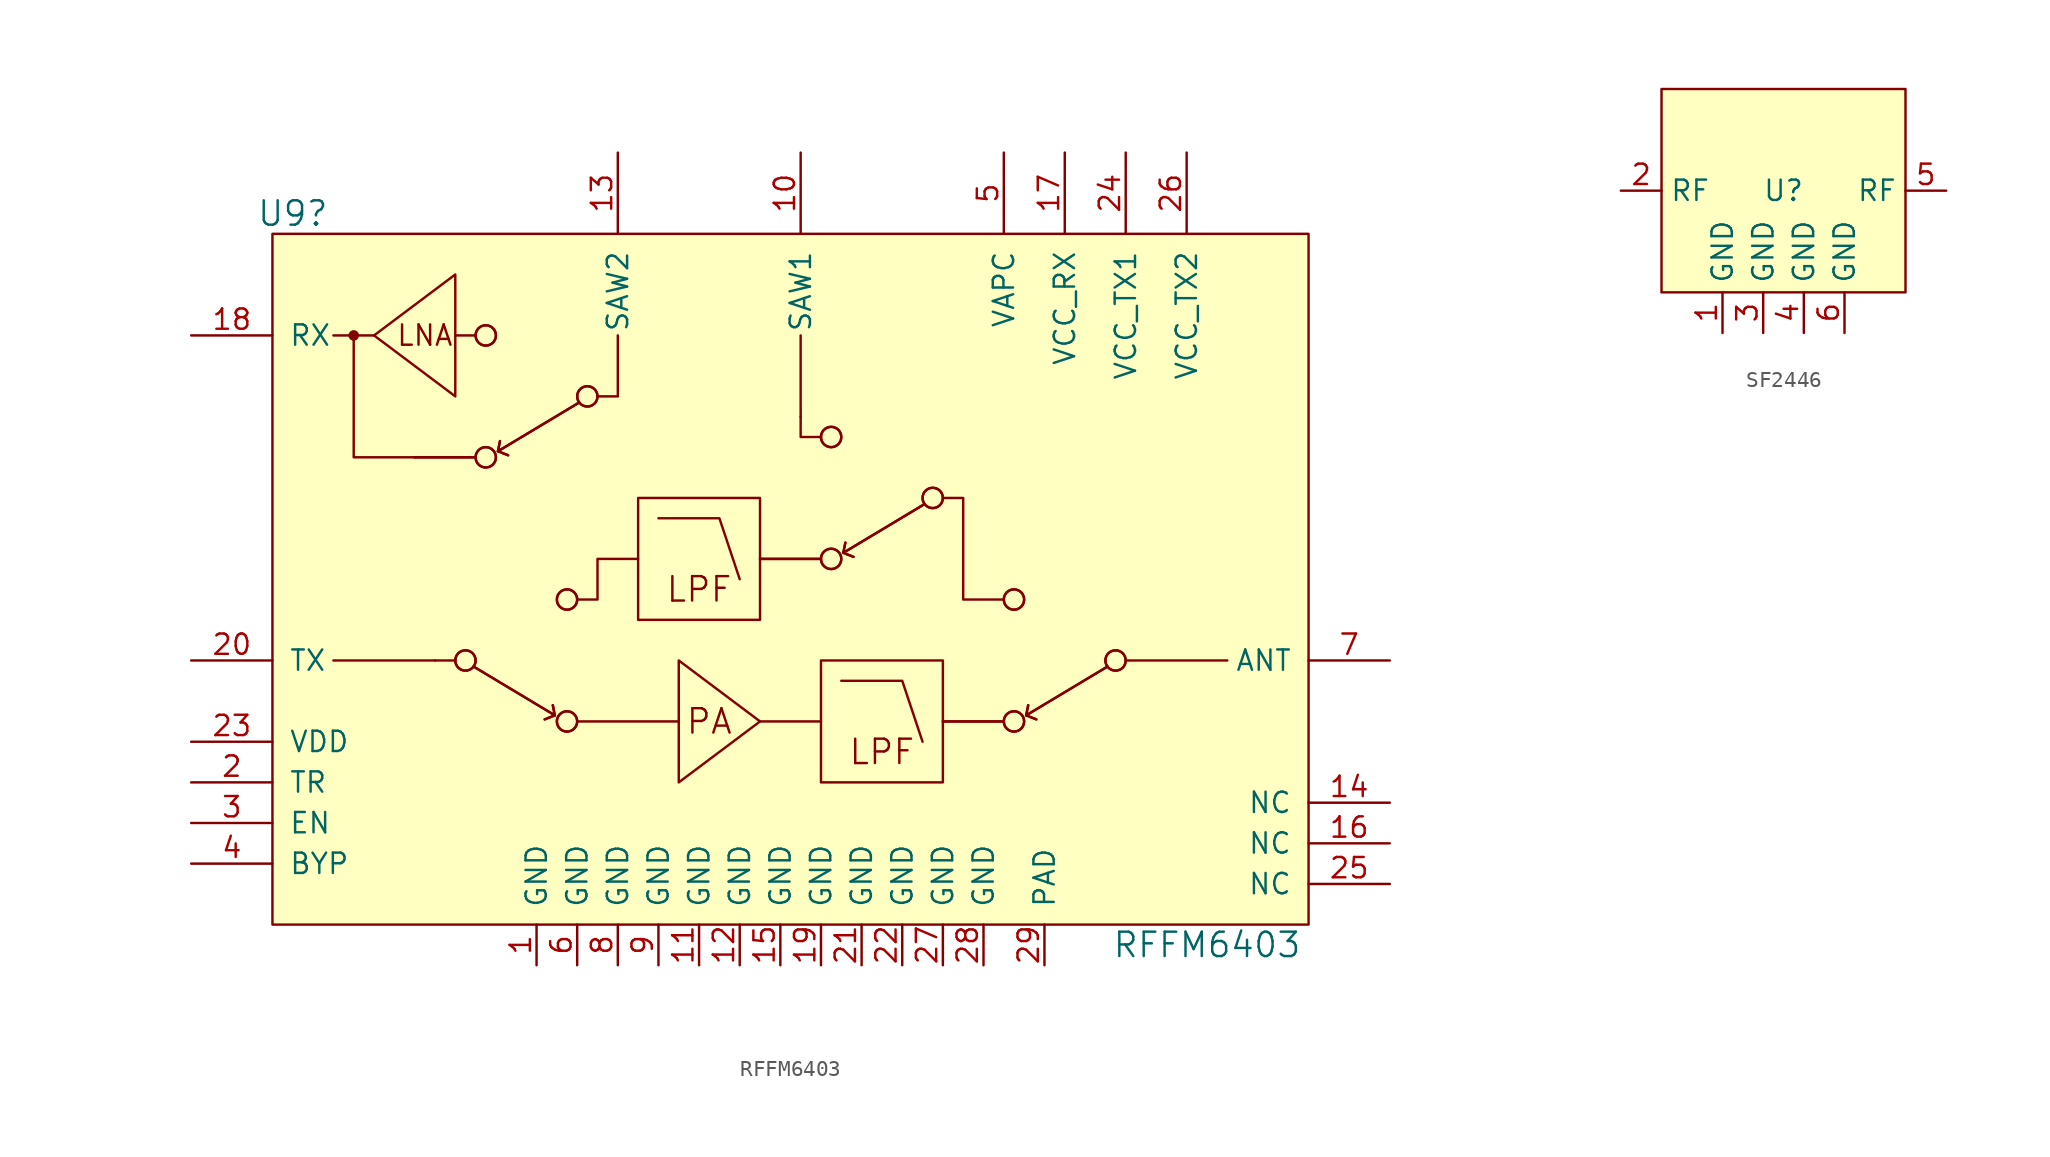
<source format=kicad_sym>
(kicad_symbol_lib
  (version 20231120)
  (generator "kicad_symbol_editor")
  (generator_version "8.0")
  (symbol "RFFM6403"
    (pin_names
      (offset 1.016))
    (property "Reference" "U9"
      (at -30.48 22.86 0)
      (effects (font (size 1.524 1.524))))
    (property "Value" "RFFM6403"
      (at 26.67 -22.86 0)
      (effects (font (size 1.524 1.524))))
    (symbol "RFFM6403_0_0"
      (rectangle (start -31.75 21.59) (end 33.02 -21.59) (stroke (width 0) (type solid)) (fill (type background)))
      (circle (center -26.67 15.24) (radius 0.254) (stroke (width 0) (type solid)) (fill (type outline)))
      (polyline (pts (xy -25.4 15.24) (xy -27.94 15.24)) (stroke (width 0) (type solid)) (fill (type none)))
      (polyline (pts (xy -22.86 7.62) (xy -19.05 7.62)) (stroke (width 0) (type solid)) (fill (type none)))
      (polyline (pts (xy -22.86 7.62) (xy -19.05 7.62)) (stroke (width 0) (type solid)) (fill (type none)))
      (polyline (pts (xy -21.59 -5.08) (xy -27.94 -5.08)) (stroke (width 0) (type solid)) (fill (type none)))
      (polyline (pts (xy -20.32 15.24) (xy -19.05 15.24)) (stroke (width 0) (type solid)) (fill (type none)))
      (polyline (pts (xy -1.27 -8.89) (xy 2.54 -8.89)) (stroke (width 0) (type solid)) (fill (type none)))
      (polyline (pts (xy -1.27 1.27) (xy 2.54 1.27)) (stroke (width 0) (type solid)) (fill (type none)))
      (polyline (pts (xy -1.27 1.27) (xy 2.54 1.27)) (stroke (width 0) (type solid)) (fill (type none)))
      (polyline (pts (xy 1.27 10.16) (xy 1.27 15.24)) (stroke (width 0) (type solid)) (fill (type none)))
      (polyline (pts (xy 10.16 -8.89) (xy 13.97 -8.89)) (stroke (width 0) (type solid)) (fill (type none)))
      (polyline (pts (xy 10.16 -8.89) (xy 13.97 -8.89)) (stroke (width 0) (type solid)) (fill (type none)))
      (polyline (pts (xy -22.86 7.62) (xy -26.67 7.62) (xy -26.67 15.24)) (stroke (width 0) (type solid)) (fill (type none)))
      (polyline (pts (xy -11.43 11.43) (xy -10.16 11.43) (xy -10.16 15.24)) (stroke (width 0) (type solid)) (fill (type none)))
      (polyline (pts (xy 2.54 8.89) (xy 1.27 8.89) (xy 1.27 10.16)) (stroke (width 0) (type solid)) (fill (type none)))
      (text "LNA" (at -22.225 15.24 0) (effects (font (size 1.27 1.27))))
      (text "LPF" (at -5.08 -0.635 0) (effects (font (size 1.524 1.524))))
      (text "LPF" (at 6.35 -10.795 0) (effects (font (size 1.524 1.524))))
      (text "PA" (at -4.445 -8.89 0) (effects (font (size 1.524 1.524)))))
    (symbol "RFFM6403_0_1"
      (circle (center -19.685 -5.08) (radius 0.635) (stroke (width 0) (type solid)) (fill (type none)))
      (circle (center -19.685 -5.08) (radius 0.635) (stroke (width 0) (type solid)) (fill (type none)))
      (circle (center -18.415 7.62) (radius 0.635) (stroke (width 0) (type solid)) (fill (type none)))
      (circle (center -18.415 7.62) (radius 0.635) (stroke (width 0) (type solid)) (fill (type none)))
      (circle (center -18.415 15.24) (radius 0.635) (stroke (width 0) (type solid)) (fill (type none)))
      (circle (center -18.415 15.24) (radius 0.635) (stroke (width 0) (type solid)) (fill (type none)))
      (circle (center -13.335 -8.89) (radius 0.635) (stroke (width 0) (type solid)) (fill (type none)))
      (circle (center -13.335 -8.89) (radius 0.635) (stroke (width 0) (type solid)) (fill (type none)))
      (circle (center -13.335 -1.27) (radius 0.635) (stroke (width 0) (type solid)) (fill (type none)))
      (circle (center -13.335 -1.27) (radius 0.635) (stroke (width 0) (type solid)) (fill (type none)))
      (circle (center -12.065 11.43) (radius 0.635) (stroke (width 0) (type solid)) (fill (type none)))
      (circle (center -12.065 11.43) (radius 0.635) (stroke (width 0) (type solid)) (fill (type none)))
      (rectangle (start -8.89 5.08) (end -1.27 -2.54) (stroke (width 0) (type solid)) (fill (type none)))
      (polyline (pts (xy -20.32 -5.08) (xy -21.59 -5.08)) (stroke (width 0) (type solid)) (fill (type none)))
      (polyline (pts (xy -17.653 8.001) (xy -17.018 7.747)) (stroke (width 0) (type solid)) (fill (type none)))
      (polyline (pts (xy -17.653 8.001) (xy -17.018 7.747)) (stroke (width 0) (type solid)) (fill (type none)))
      (polyline (pts (xy -14.097 -8.509) (xy -14.732 -8.763)) (stroke (width 0) (type solid)) (fill (type none)))
      (polyline (pts (xy -14.097 -8.509) (xy -14.732 -8.763)) (stroke (width 0) (type solid)) (fill (type none)))
      (polyline (pts (xy -12.7 -8.89) (xy -6.35 -8.89)) (stroke (width 0) (type solid)) (fill (type none)))
      (polyline (pts (xy 3.937 1.651) (xy 4.572 1.397)) (stroke (width 0) (type solid)) (fill (type none)))
      (polyline (pts (xy 3.937 1.651) (xy 4.572 1.397)) (stroke (width 0) (type solid)) (fill (type none)))
      (polyline (pts (xy 15.367 -8.509) (xy 16.002 -8.763)) (stroke (width 0) (type solid)) (fill (type none)))
      (polyline (pts (xy 15.367 -8.509) (xy 16.002 -8.763)) (stroke (width 0) (type solid)) (fill (type none)))
      (polyline (pts (xy 21.59 -5.08) (xy 27.94 -5.08)) (stroke (width 0) (type solid)) (fill (type none)))
      (polyline (pts (xy -19.177 -5.461) (xy -14.097 -8.509) (xy -14.224 -7.874)) (stroke (width 0) (type solid)) (fill (type none)))
      (polyline (pts (xy -19.177 -5.461) (xy -14.097 -8.509) (xy -14.224 -7.874)) (stroke (width 0) (type solid)) (fill (type none)))
      (polyline (pts (xy -12.573 11.049) (xy -17.653 8.001) (xy -17.526 8.636)) (stroke (width 0) (type solid)) (fill (type none)))
      (polyline (pts (xy -12.573 11.049) (xy -17.653 8.001) (xy -17.526 8.636)) (stroke (width 0) (type solid)) (fill (type none)))
      (polyline (pts (xy -7.62 3.81) (xy -3.81 3.81) (xy -2.54 0)) (stroke (width 0) (type solid)) (fill (type none)))
      (polyline (pts (xy 3.81 -6.35) (xy 7.62 -6.35) (xy 8.89 -10.16)) (stroke (width 0) (type solid)) (fill (type none)))
      (polyline (pts (xy 9.017 4.699) (xy 3.937 1.651) (xy 4.064 2.286)) (stroke (width 0) (type solid)) (fill (type none)))
      (polyline (pts (xy 9.017 4.699) (xy 3.937 1.651) (xy 4.064 2.286)) (stroke (width 0) (type solid)) (fill (type none)))
      (polyline (pts (xy 20.447 -5.461) (xy 15.367 -8.509) (xy 15.494 -7.874)) (stroke (width 0) (type solid)) (fill (type none)))
      (polyline (pts (xy 20.447 -5.461) (xy 15.367 -8.509) (xy 15.494 -7.874)) (stroke (width 0) (type solid)) (fill (type none)))
      (polyline (pts (xy -20.32 11.43) (xy -20.32 19.05) (xy -25.4 15.24) (xy -20.32 11.43)) (stroke (width 0) (type solid)) (fill (type none)))
      (polyline (pts (xy -12.7 -1.27) (xy -11.43 -1.27) (xy -11.43 1.27) (xy -8.89 1.27)) (stroke (width 0) (type solid)) (fill (type none)))
      (polyline (pts (xy -6.35 -12.7) (xy -6.35 -5.08) (xy -1.27 -8.89) (xy -6.35 -12.7)) (stroke (width 0) (type solid)) (fill (type none)))
      (polyline (pts (xy 13.97 -1.27) (xy 11.43 -1.27) (xy 11.43 5.08) (xy 10.16 5.08)) (stroke (width 0) (type solid)) (fill (type none)))
      (rectangle (start 2.54 -5.08) (end 10.16 -12.7) (stroke (width 0) (type solid)) (fill (type none)))
      (circle (center 3.175 1.27) (radius 0.635) (stroke (width 0) (type solid)) (fill (type none)))
      (circle (center 3.175 1.27) (radius 0.635) (stroke (width 0) (type solid)) (fill (type none)))
      (circle (center 3.175 8.89) (radius 0.635) (stroke (width 0) (type solid)) (fill (type none)))
      (circle (center 3.175 8.89) (radius 0.635) (stroke (width 0) (type solid)) (fill (type none)))
      (circle (center 9.525 5.08) (radius 0.635) (stroke (width 0) (type solid)) (fill (type none)))
      (circle (center 9.525 5.08) (radius 0.635) (stroke (width 0) (type solid)) (fill (type none)))
      (circle (center 14.605 -8.89) (radius 0.635) (stroke (width 0) (type solid)) (fill (type none)))
      (circle (center 14.605 -8.89) (radius 0.635) (stroke (width 0) (type solid)) (fill (type none)))
      (circle (center 14.605 -1.27) (radius 0.635) (stroke (width 0) (type solid)) (fill (type none)))
      (circle (center 14.605 -1.27) (radius 0.635) (stroke (width 0) (type solid)) (fill (type none)))
      (circle (center 20.955 -5.08) (radius 0.635) (stroke (width 0) (type solid)) (fill (type none)))
      (circle (center 20.955 -5.08) (radius 0.635) (stroke (width 0) (type solid)) (fill (type none))))
    (symbol "RFFM6403_1_1"
      (pin passive line (at -15.24 -24.13 90) (length 2.54) (name "GND" (effects (font (size 1.27 1.27)))) (number "1" (effects (font (size 1.27 1.27)))))
      (pin passive line (at 1.27 26.67 270) (length 5.08) (name "SAW1" (effects (font (size 1.27 1.27)))) (number "10" (effects (font (size 1.27 1.27)))))
      (pin passive line (at -5.08 -24.13 90) (length 2.54) (name "GND" (effects (font (size 1.27 1.27)))) (number "11" (effects (font (size 1.27 1.27)))))
      (pin passive line (at -2.54 -24.13 90) (length 2.54) (name "GND" (effects (font (size 1.27 1.27)))) (number "12" (effects (font (size 1.27 1.27)))))
      (pin passive line (at -10.16 26.67 270) (length 5.08) (name "SAW2" (effects (font (size 1.27 1.27)))) (number "13" (effects (font (size 1.27 1.27)))))
      (pin passive line (at 38.1 -13.97 180) (length 5.08) (name "NC" (effects (font (size 1.27 1.27)))) (number "14" (effects (font (size 1.27 1.27)))))
      (pin passive line (at 0 -24.13 90) (length 2.54) (name "GND" (effects (font (size 1.27 1.27)))) (number "15" (effects (font (size 1.27 1.27)))))
      (pin passive line (at 38.1 -16.51 180) (length 5.08) (name "NC" (effects (font (size 1.27 1.27)))) (number "16" (effects (font (size 1.27 1.27)))))
      (pin passive line (at 17.78 26.67 270) (length 5.08) (name "VCC_RX" (effects (font (size 1.27 1.27)))) (number "17" (effects (font (size 1.27 1.27)))))
      (pin passive line (at -36.83 15.24 0) (length 5.08) (name "RX" (effects (font (size 1.27 1.27)))) (number "18" (effects (font (size 1.27 1.27)))))
      (pin passive line (at 2.54 -24.13 90) (length 2.54) (name "GND" (effects (font (size 1.27 1.27)))) (number "19" (effects (font (size 1.27 1.27)))))
      (pin passive line (at -36.83 -12.7 0) (length 5.08) (name "TR" (effects (font (size 1.27 1.27)))) (number "2" (effects (font (size 1.27 1.27)))))
      (pin passive line (at -36.83 -5.08 0) (length 5.08) (name "TX" (effects (font (size 1.27 1.27)))) (number "20" (effects (font (size 1.27 1.27)))))
      (pin passive line (at 5.08 -24.13 90) (length 2.54) (name "GND" (effects (font (size 1.27 1.27)))) (number "21" (effects (font (size 1.27 1.27)))))
      (pin passive line (at 7.62 -24.13 90) (length 2.54) (name "GND" (effects (font (size 1.27 1.27)))) (number "22" (effects (font (size 1.27 1.27)))))
      (pin passive line (at -36.83 -10.16 0) (length 5.08) (name "VDD" (effects (font (size 1.27 1.27)))) (number "23" (effects (font (size 1.27 1.27)))))
      (pin passive line (at 21.59 26.67 270) (length 5.08) (name "VCC_TX1" (effects (font (size 1.27 1.27)))) (number "24" (effects (font (size 1.27 1.27)))))
      (pin passive line (at 38.1 -19.05 180) (length 5.08) (name "NC" (effects (font (size 1.27 1.27)))) (number "25" (effects (font (size 1.27 1.27)))))
      (pin passive line (at 25.4 26.67 270) (length 5.08) (name "VCC_TX2" (effects (font (size 1.27 1.27)))) (number "26" (effects (font (size 1.27 1.27)))))
      (pin passive line (at 10.16 -24.13 90) (length 2.54) (name "GND" (effects (font (size 1.27 1.27)))) (number "27" (effects (font (size 1.27 1.27)))))
      (pin passive line (at 12.7 -24.13 90) (length 2.54) (name "GND" (effects (font (size 1.27 1.27)))) (number "28" (effects (font (size 1.27 1.27)))))
      (pin passive line (at 16.51 -24.13 90) (length 2.54) (name "PAD" (effects (font (size 1.27 1.27)))) (number "29" (effects (font (size 1.27 1.27)))))
      (pin passive line (at -36.83 -15.24 0) (length 5.08) (name "EN" (effects (font (size 1.27 1.27)))) (number "3" (effects (font (size 1.27 1.27)))))
      (pin passive line (at -36.83 -17.78 0) (length 5.08) (name "BYP" (effects (font (size 1.27 1.27)))) (number "4" (effects (font (size 1.27 1.27)))))
      (pin passive line (at 13.97 26.67 270) (length 5.08) (name "VAPC" (effects (font (size 1.27 1.27)))) (number "5" (effects (font (size 1.27 1.27)))))
      (pin passive line (at -12.7 -24.13 90) (length 2.54) (name "GND" (effects (font (size 1.27 1.27)))) (number "6" (effects (font (size 1.27 1.27)))))
      (pin passive line (at 38.1 -5.08 180) (length 5.08) (name "ANT" (effects (font (size 1.27 1.27)))) (number "7" (effects (font (size 1.27 1.27)))))
      (pin passive line (at -10.16 -24.13 90) (length 2.54) (name "GND" (effects (font (size 1.27 1.27)))) (number "8" (effects (font (size 1.27 1.27)))))
      (pin passive line (at -7.62 -24.13 90) (length 2.54) (name "GND" (effects (font (size 1.27 1.27)))) (number "9" (effects (font (size 1.27 1.27)))))))
  (symbol "SF2446"
    (property "Reference" "U"
      (at 0 0 0)
      (effects (font (size 1.27 1.27))))
    (property "Value" ""
      (at 0 0 0)
      (effects (font (size 1.27 1.27))))
    (symbol "SF2446_1_1"
      (rectangle (start -7.62 6.35) (end 7.62 -6.35) (stroke (width 0) (type default)) (fill (type background)))
      (pin power_in line (at -3.81 -8.89 90) (length 2.54) (name "GND" (effects (font (size 1.27 1.27)))) (number "1" (effects (font (size 1.27 1.27)))))
      (pin passive line (at -10.16 0 0) (length 2.54) (name "RF" (effects (font (size 1.27 1.27)))) (number "2" (effects (font (size 1.27 1.27)))))
      (pin power_in line (at -1.27 -8.89 90) (length 2.54) (name "GND" (effects (font (size 1.27 1.27)))) (number "3" (effects (font (size 1.27 1.27)))))
      (pin power_in line (at 1.27 -8.89 90) (length 2.54) (name "GND" (effects (font (size 1.27 1.27)))) (number "4" (effects (font (size 1.27 1.27)))))
      (pin passive line (at 10.16 0 180) (length 2.54) (name "RF" (effects (font (size 1.27 1.27)))) (number "5" (effects (font (size 1.27 1.27)))))
      (pin power_in line (at 3.81 -8.89 90) (length 2.54) (name "GND" (effects (font (size 1.27 1.27)))) (number "6" (effects (font (size 1.27 1.27))))))))
</source>
